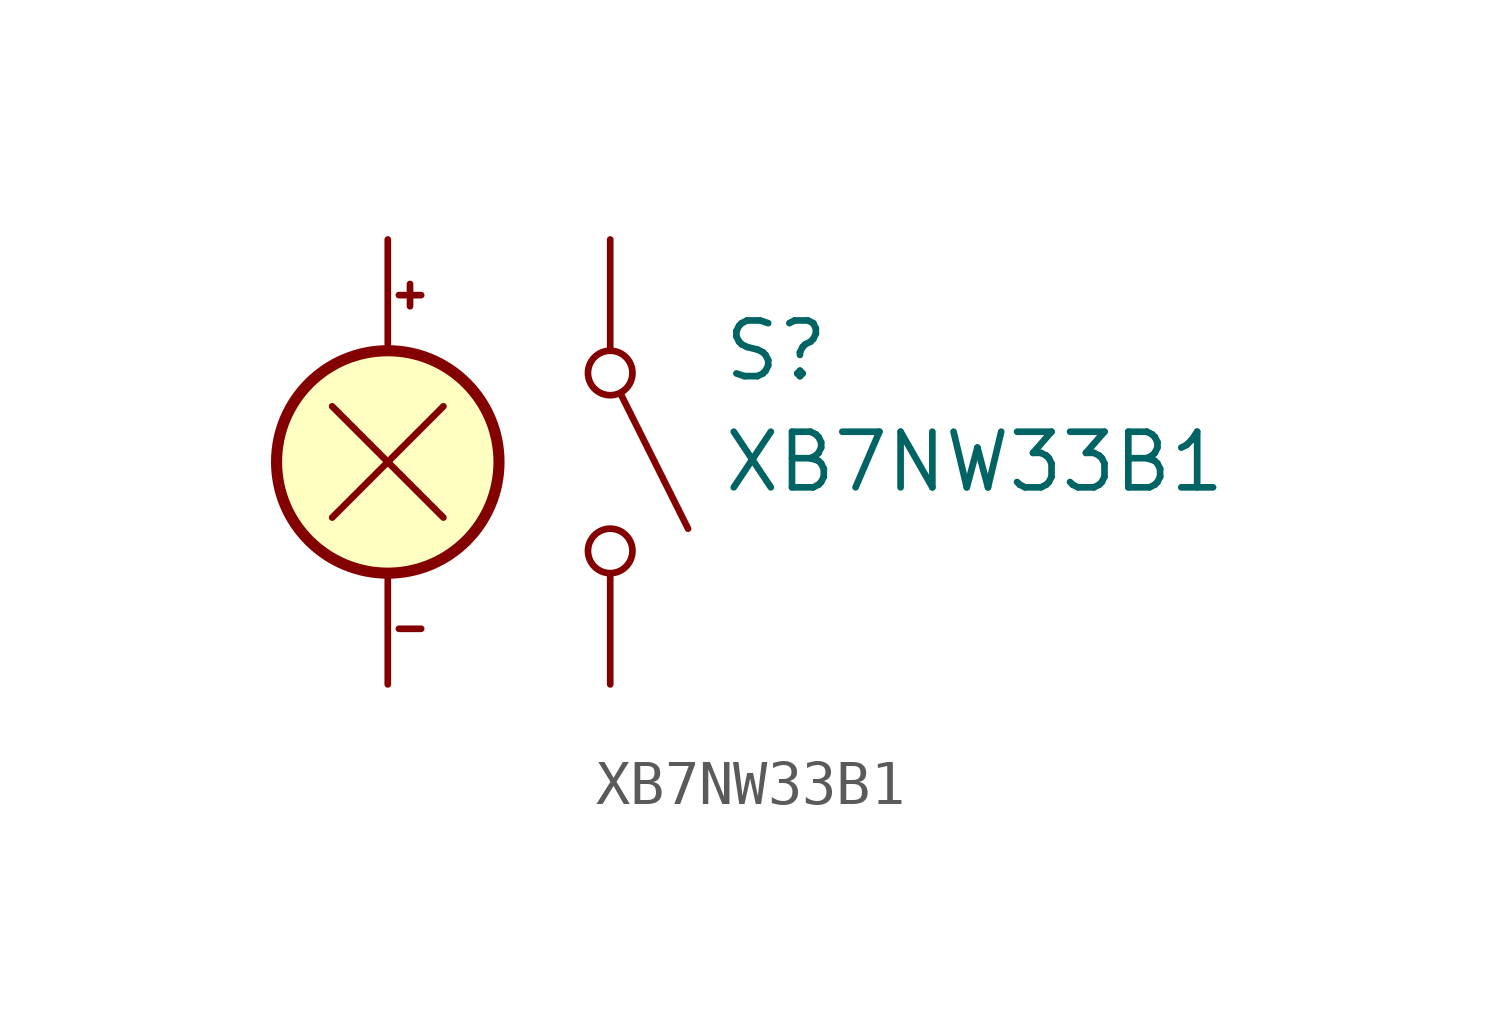
<source format=kicad_sym>
(kicad_symbol_lib
  (version 20231120)
  (generator "kicad_symbol_editor")
  (generator_version "8.0")
  (symbol "XB7NW33B1"
    (pin_numbers hide)
    (pin_names
      (offset 1.016) hide)
    (property "Reference" "S"
      (at 2.54 2.54 0)
      (effects (font (size 1.27 1.27)) (justify left)))
    (property "Value" "XB7NW33B1"
      (at 2.54 0 0)
      (effects (font (size 1.27 1.27)) (justify left)))
    (symbol "XB7NW33B1_0_1"
      (circle (center 0 -2.032) (radius 0.508) (stroke (width 0) (type default)) (fill (type none)))
      (polyline (pts (xy 0.254 1.524) (xy 1.778 -1.524)) (stroke (width 0) (type default)) (fill (type none)))
      (circle (center 0 2.032) (radius 0.508) (stroke (width 0) (type default)) (fill (type none))))
    (symbol "XB7NW33B1_1_1"
      (circle (center -5.08 0) (radius 2.54) (stroke (width 0.254) (type default)) (fill (type background)))
      (polyline (pts (xy -6.35 1.27) (xy -3.81 -1.27)) (stroke (width 0) (type default)) (fill (type none)))
      (polyline (pts (xy -4.826 -3.81) (xy -4.318 -3.81)) (stroke (width 0) (type default)) (fill (type none)))
      (polyline (pts (xy -4.826 3.81) (xy -4.318 3.81)) (stroke (width 0) (type default)) (fill (type none)))
      (polyline (pts (xy -4.572 4.064) (xy -4.572 3.556)) (stroke (width 0) (type default)) (fill (type none)))
      (polyline (pts (xy -3.81 1.27) (xy -6.35 -1.27)) (stroke (width 0) (type default)) (fill (type none)))
      (pin passive line (at 0 5.08 270) (length 2.54) (name "N+" (effects (font (size 1.27 1.27)))) (number "1" (effects (font (size 1.27 1.27)))))
      (pin passive line (at 0 -5.08 90) (length 2.54) (name "N-" (effects (font (size 1.27 1.27)))) (number "2" (effects (font (size 1.27 1.27)))))
      (pin input line (at -5.08 5.08 270) (length 2.54) (name "C+" (effects (font (size 1.27 1.27)))) (number "3" (effects (font (size 1.27 1.27)))))
      (pin input line (at -5.08 -5.08 90) (length 2.54) (name "C-" (effects (font (size 1.27 1.27)))) (number "4" (effects (font (size 1.27 1.27))))))))
</source>
